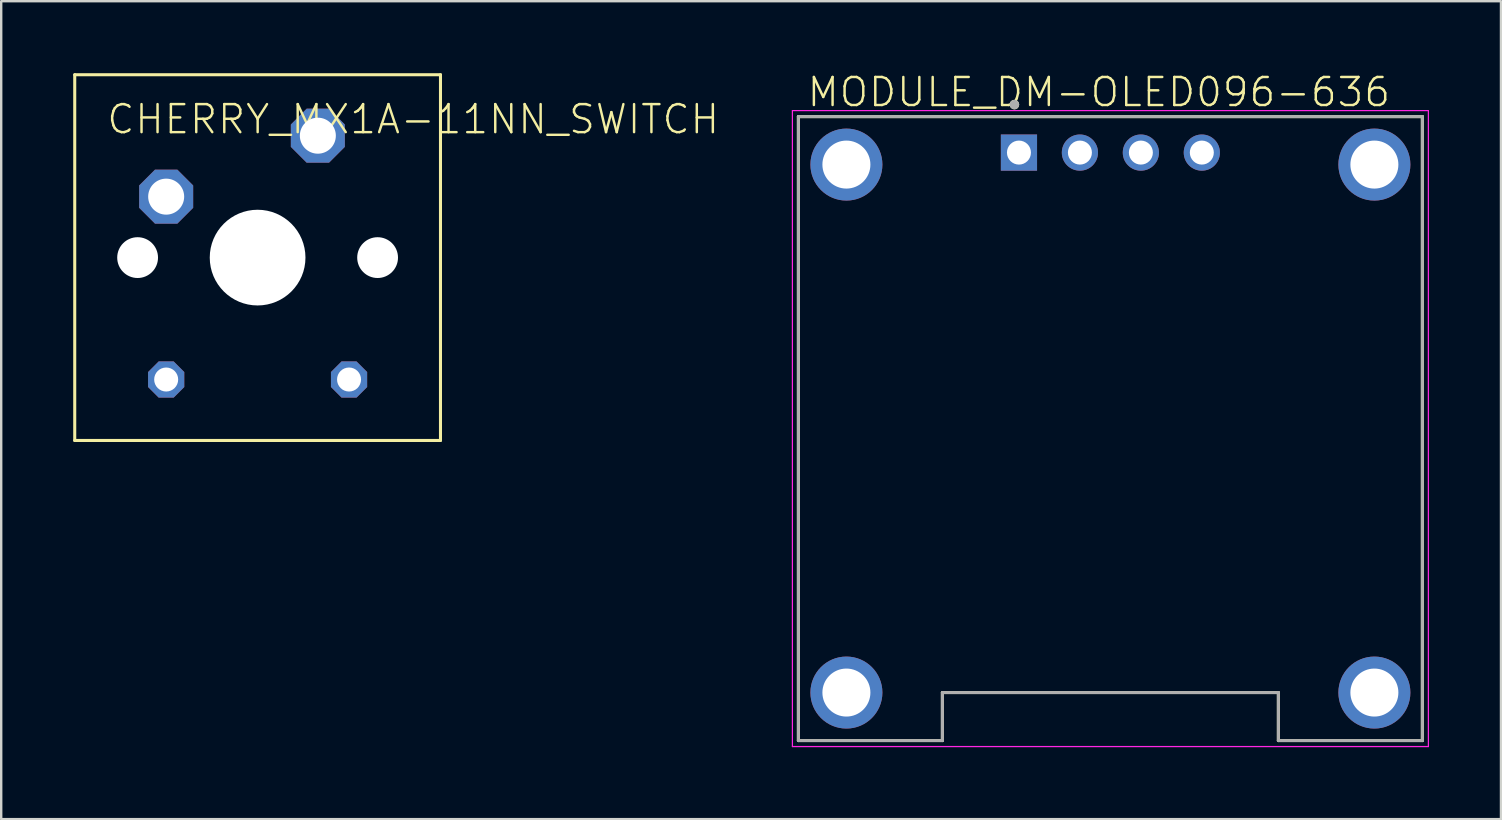
<source format=kicad_pcb>
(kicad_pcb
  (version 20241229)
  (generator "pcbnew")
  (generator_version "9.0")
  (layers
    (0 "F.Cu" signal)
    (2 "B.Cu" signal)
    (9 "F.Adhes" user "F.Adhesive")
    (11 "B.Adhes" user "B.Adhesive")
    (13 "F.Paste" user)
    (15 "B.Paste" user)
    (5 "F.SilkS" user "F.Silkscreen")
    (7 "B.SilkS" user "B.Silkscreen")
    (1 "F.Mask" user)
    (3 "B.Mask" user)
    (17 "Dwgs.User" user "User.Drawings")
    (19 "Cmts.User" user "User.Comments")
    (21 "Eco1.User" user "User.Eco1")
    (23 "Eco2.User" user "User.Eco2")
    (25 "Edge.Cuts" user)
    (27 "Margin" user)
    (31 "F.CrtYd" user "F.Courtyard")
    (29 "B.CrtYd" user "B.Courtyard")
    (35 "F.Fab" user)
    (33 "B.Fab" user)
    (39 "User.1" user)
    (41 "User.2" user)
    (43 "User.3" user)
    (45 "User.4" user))
  (footprint "CHERRY_MX1A-11NN_SWITCH"
    (layer "F.Cu")
    (at 7.684 7.684)
    (property "Reference" "CHERRY_MX1A-11NN_SWITCH" (at -6.35 -5.08 0) (unlocked yes) (layer "F.SilkS") (effects (font (size 1.168 1.168) (thickness 0.102)) (justify left bottom)))
    (fp_line (start -7.62 -7.62) (end 7.62 -7.62) (stroke (width 0.127) (type solid)) (layer "F.SilkS"))
    (fp_line (start -7.62 7.62) (end -7.62 -7.62) (stroke (width 0.127) (type solid)) (layer "F.SilkS"))
    (fp_line (start 7.62 -7.62) (end 7.62 7.62) (stroke (width 0.127) (type solid)) (layer "F.SilkS"))
    (fp_line (start 7.62 7.62) (end -7.62 7.62) (stroke (width 0.127) (type solid)) (layer "F.SilkS"))
    (pad "" np_thru_hole circle (at -5 0) (size 1.7 1.7) (drill 1.7) (layers "*.Cu" "*.Mask"))
    (pad "" np_thru_hole circle (at 0 0) (size 3.988 3.988) (drill 3.988) (layers "*.Cu" "*.Mask"))
    (pad "" np_thru_hole circle (at 5 0) (size 1.7 1.7) (drill 1.7) (layers "*.Cu" "*.Mask"))
    (pad "BR1" thru_hole roundrect (at -3.81 5.08) (size 1.508 1.508) (drill 1) (layers "*.Cu" "*.Mask") (roundrect_rratio 0.25) (chamfer_ratio 0.293) (chamfer top_left top_right bottom_left bottom_right))
    (pad "BR2" thru_hole roundrect (at 3.81 5.08) (size 1.508 1.508) (drill 1) (layers "*.Cu" "*.Mask") (roundrect_rratio 0.25) (chamfer_ratio 0.293) (chamfer top_left top_right bottom_left bottom_right))
    (pad "P$1" thru_hole roundrect (at 2.51 -5.08) (size 2.25 2.25) (drill 1.5) (layers "*.Cu" "*.Mask") (roundrect_rratio 0.25) (chamfer_ratio 0.293) (chamfer top_left top_right bottom_left bottom_right))
    (pad "P$2" thru_hole roundrect (at -3.81 -2.54) (size 2.25 2.25) (drill 1.5) (layers "*.Cu" "*.Mask") (roundrect_rratio 0.25) (chamfer_ratio 0.293) (chamfer top_left top_right bottom_left bottom_right)))
  (footprint "MODULE_DM-OLED096-636"
    (layer "F.Cu")
    (at 43.218 14.808)
    (property "Reference" "MODULE_DM-OLED096-636" (at -12.7 -13.335 0) (unlocked yes) (layer "F.SilkS") (effects (font (size 1.168 1.168) (thickness 0.102)) (justify left bottom)))
    (fp_line (start -13 -13) (end 13 -13) (stroke (width 0.127) (type solid)) (layer "F.SilkS"))
    (fp_line (start -13 13) (end -13 -13) (stroke (width 0.127) (type solid)) (layer "F.SilkS"))
    (fp_line (start -7 11) (end -7 13) (stroke (width 0.127) (type solid)) (layer "F.SilkS"))
    (fp_line (start -7 13) (end -13 13) (stroke (width 0.127) (type solid)) (layer "F.SilkS"))
    (fp_line (start 7 11) (end -7 11) (stroke (width 0.127) (type solid)) (layer "F.SilkS"))
    (fp_line (start 7 13) (end 7 11) (stroke (width 0.127) (type solid)) (layer "F.SilkS"))
    (fp_line (start 13 -13) (end 13 13) (stroke (width 0.127) (type solid)) (layer "F.SilkS"))
    (fp_line (start 13 13) (end 7 13) (stroke (width 0.127) (type solid)) (layer "F.SilkS"))
    (fp_circle (center -4 -13.5) (end -3.9 -13.5) (stroke (width 0.2) (type solid)) (fill no) (layer "F.SilkS"))
    (fp_line (start -13.25 -13.25) (end 13.25 -13.25) (stroke (width 0.05) (type solid)) (layer "F.CrtYd"))
    (fp_line (start -13.25 13.25) (end -13.25 -13.25) (stroke (width 0.05) (type solid)) (layer "F.CrtYd"))
    (fp_line (start 13.25 -13.25) (end 13.25 13.25) (stroke (width 0.05) (type solid)) (layer "F.CrtYd"))
    (fp_line (start 13.25 13.25) (end -13.25 13.25) (stroke (width 0.05) (type solid)) (layer "F.CrtYd"))
    (fp_line (start -13 -13) (end 13 -13) (stroke (width 0.127) (type solid)) (layer "F.Fab"))
    (fp_line (start -13 13) (end -13 -13) (stroke (width 0.127) (type solid)) (layer "F.Fab"))
    (fp_line (start -7 11) (end 7 11) (stroke (width 0.127) (type solid)) (layer "F.Fab"))
    (fp_line (start -7 13) (end -13 13) (stroke (width 0.127) (type solid)) (layer "F.Fab"))
    (fp_line (start -7 13) (end -7 11) (stroke (width 0.127) (type solid)) (layer "F.Fab"))
    (fp_line (start 7 11) (end 7 13) (stroke (width 0.127) (type solid)) (layer "F.Fab"))
    (fp_line (start 13 -13) (end 13 13) (stroke (width 0.127) (type solid)) (layer "F.Fab"))
    (fp_line (start 13 13) (end 7 13) (stroke (width 0.127) (type solid)) (layer "F.Fab"))
    (fp_circle (center -4 -13.5) (end -3.9 -13.5) (stroke (width 0.2) (type solid)) (fill no) (layer "F.Fab"))
    (pad "1" thru_hole rect (at -3.81 -11.5) (size 1.508 1.508) (drill 1) (layers "*.Cu" "*.Mask"))
    (pad "2" thru_hole circle (at -1.27 -11.5) (size 1.508 1.508) (drill 1) (layers "*.Cu" "*.Mask"))
    (pad "3" thru_hole circle (at 1.27 -11.5) (size 1.508 1.508) (drill 1) (layers "*.Cu" "*.Mask"))
    (pad "4" thru_hole circle (at 3.81 -11.5) (size 1.508 1.508) (drill 1) (layers "*.Cu" "*.Mask"))
    (pad "S1" thru_hole circle (at -11 -11) (size 3 3) (drill 2) (layers "*.Cu" "*.Mask"))
    (pad "S2" thru_hole circle (at 11 -11) (size 3 3) (drill 2) (layers "*.Cu" "*.Mask"))
    (pad "S3" thru_hole circle (at 11 11) (size 3 3) (drill 2) (layers "*.Cu" "*.Mask"))
    (pad "S4" thru_hole circle (at -11 11) (size 3 3) (drill 2) (layers "*.Cu" "*.Mask")))
  (gr_rect
    (start -3 -3)
    (end 59.493 31.083)
    (stroke (width 0.1) (type default))
    (fill no)
    (layer "Edge.Cuts")))
</source>
